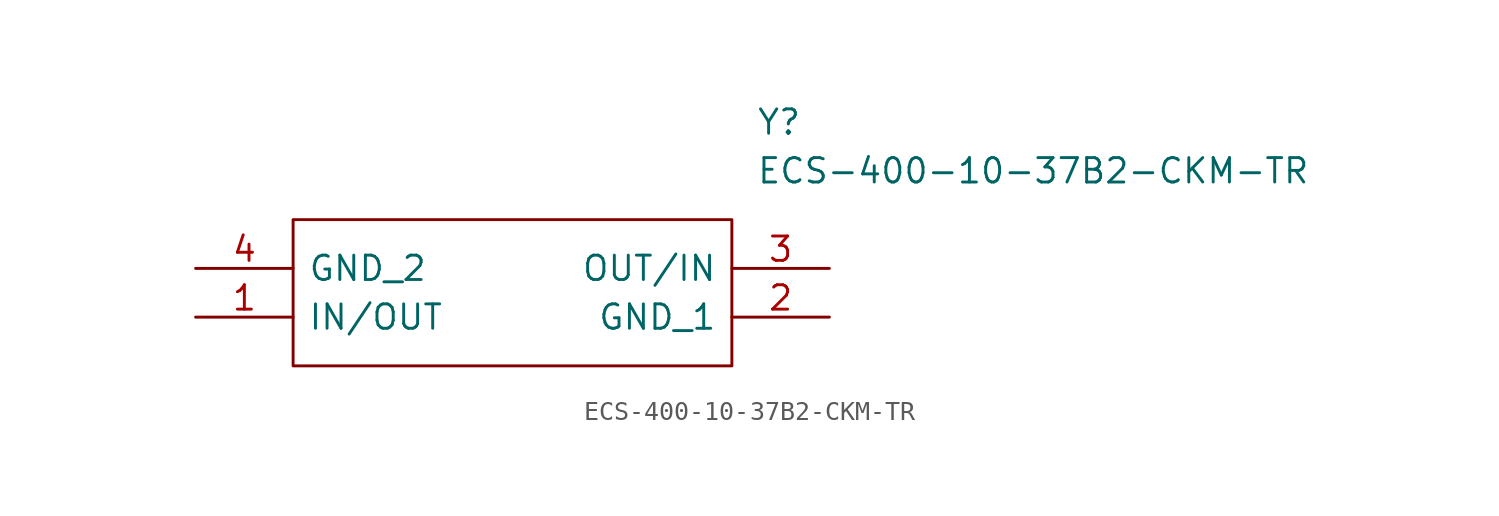
<source format=kicad_sym>
(kicad_symbol_lib
  (version 20211014)
  (generator kicad_symbol_editor)
  (symbol "ECS-400-10-37B2-CKM-TR"
    (pin_names
      (offset 0.762))
    (property "Reference" "Y"
      (at 29.21 7.62 0)
      (effects (font (size 1.27 1.27)) (justify left)))
    (property "Value" "ECS-400-10-37B2-CKM-TR"
      (at 29.21 5.08 0)
      (effects (font (size 1.27 1.27)) (justify left)))
    (symbol "ECS-400-10-37B2-CKM-TR_0_0"
      (pin passive line (at 0 -2.54 0) (length 5.08) (name "IN/OUT" (effects (font (size 1.27 1.27)))) (number "1" (effects (font (size 1.27 1.27)))))
      (pin passive line (at 33.02 -2.54 180) (length 5.08) (name "GND_1" (effects (font (size 1.27 1.27)))) (number "2" (effects (font (size 1.27 1.27)))))
      (pin passive line (at 33.02 0 180) (length 5.08) (name "OUT/IN" (effects (font (size 1.27 1.27)))) (number "3" (effects (font (size 1.27 1.27)))))
      (pin passive line (at 0 0 0) (length 5.08) (name "GND_2" (effects (font (size 1.27 1.27)))) (number "4" (effects (font (size 1.27 1.27))))))
    (symbol "ECS-400-10-37B2-CKM-TR_0_1"
      (polyline (pts (xy 5.08 2.54) (xy 27.94 2.54) (xy 27.94 -5.08) (xy 5.08 -5.08) (xy 5.08 2.54)) (stroke (width 0.152) (type default) (color 0 0 0 0)) (fill (type none))))))
</source>
